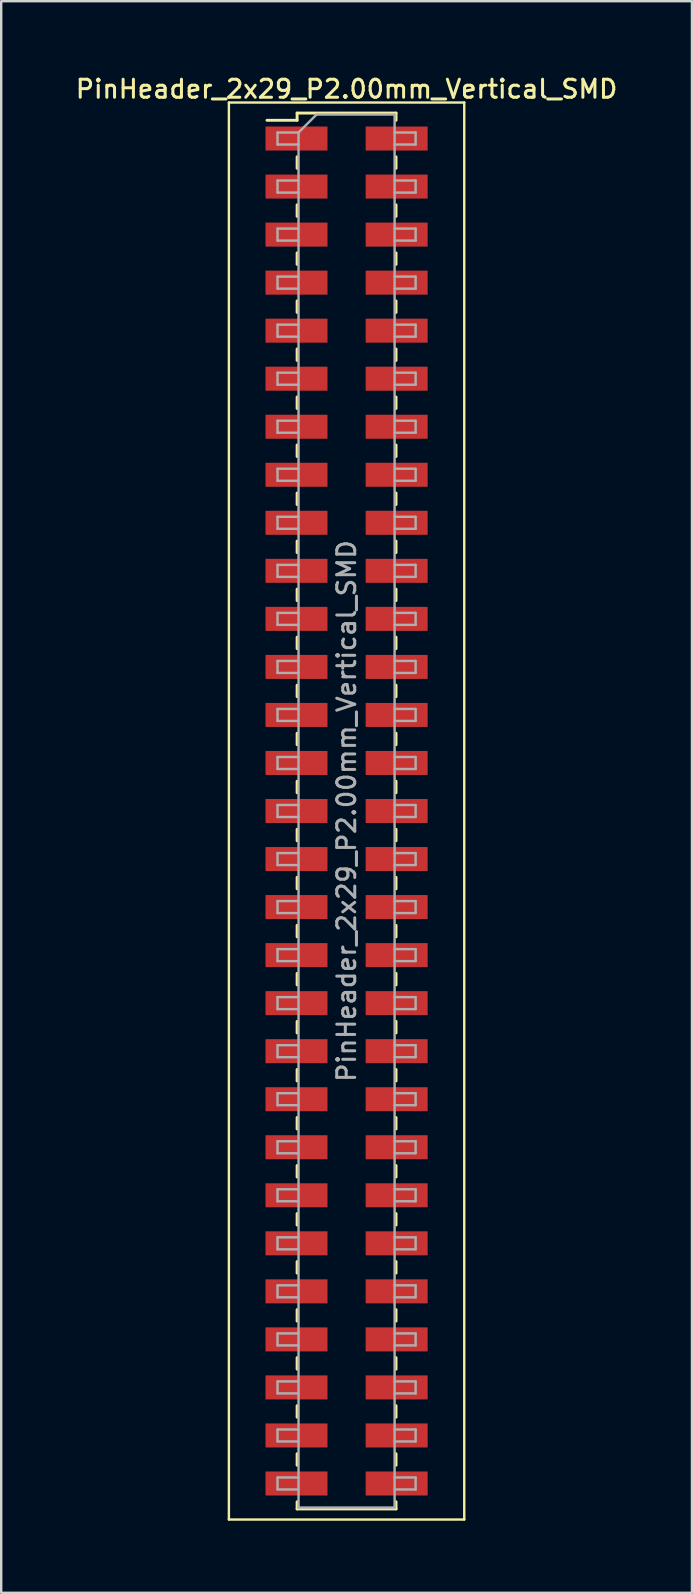
<source format=kicad_pcb>
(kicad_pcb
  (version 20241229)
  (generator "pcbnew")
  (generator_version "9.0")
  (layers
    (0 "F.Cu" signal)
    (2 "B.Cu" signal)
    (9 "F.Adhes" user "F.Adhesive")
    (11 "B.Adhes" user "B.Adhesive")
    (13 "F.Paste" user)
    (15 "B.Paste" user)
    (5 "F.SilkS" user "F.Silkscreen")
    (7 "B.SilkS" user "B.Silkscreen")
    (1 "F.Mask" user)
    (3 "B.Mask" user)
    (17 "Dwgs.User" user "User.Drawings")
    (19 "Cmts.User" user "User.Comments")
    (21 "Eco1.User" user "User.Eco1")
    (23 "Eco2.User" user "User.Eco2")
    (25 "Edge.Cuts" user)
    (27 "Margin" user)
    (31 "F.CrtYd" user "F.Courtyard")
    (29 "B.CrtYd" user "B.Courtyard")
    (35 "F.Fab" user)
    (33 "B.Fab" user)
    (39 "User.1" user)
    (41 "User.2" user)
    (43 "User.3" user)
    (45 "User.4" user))
  (footprint "PinHeader_2x29_P2.00mm_Vertical_SMD"
    (layer "F.Cu")
    (at 11.38 30.718)
    (property "Reference" "PinHeader_2x29_P2.00mm_Vertical_SMD" (at 0 -30.06 0) (layer "F.SilkS") (effects (font (size 0.75 0.75) (thickness 0.125))))
    (attr smd)
    (fp_line (start -4.9 -29.5) (end -4.9 29.5) (stroke (width 0.1) (type solid)) (layer "F.SilkS"))
    (fp_line (start -4.9 29.5) (end 4.9 29.5) (stroke (width 0.1) (type solid)) (layer "F.SilkS"))
    (fp_line (start -3.315 -28.76) (end -2.06 -28.76) (stroke (width 0.12) (type solid)) (layer "F.SilkS"))
    (fp_line (start -2.06 -29.06) (end -2.06 -28.76) (stroke (width 0.12) (type solid)) (layer "F.SilkS"))
    (fp_line (start -2.06 -29.06) (end 2.06 -29.06) (stroke (width 0.12) (type solid)) (layer "F.SilkS"))
    (fp_line (start -2.06 -27.24) (end -2.06 -26.76) (stroke (width 0.12) (type solid)) (layer "F.SilkS"))
    (fp_line (start -2.06 -25.24) (end -2.06 -24.76) (stroke (width 0.12) (type solid)) (layer "F.SilkS"))
    (fp_line (start -2.06 -23.24) (end -2.06 -22.76) (stroke (width 0.12) (type solid)) (layer "F.SilkS"))
    (fp_line (start -2.06 -21.24) (end -2.06 -20.76) (stroke (width 0.12) (type solid)) (layer "F.SilkS"))
    (fp_line (start -2.06 -19.24) (end -2.06 -18.76) (stroke (width 0.12) (type solid)) (layer "F.SilkS"))
    (fp_line (start -2.06 -17.24) (end -2.06 -16.76) (stroke (width 0.12) (type solid)) (layer "F.SilkS"))
    (fp_line (start -2.06 -15.24) (end -2.06 -14.76) (stroke (width 0.12) (type solid)) (layer "F.SilkS"))
    (fp_line (start -2.06 -13.24) (end -2.06 -12.76) (stroke (width 0.12) (type solid)) (layer "F.SilkS"))
    (fp_line (start -2.06 -11.24) (end -2.06 -10.76) (stroke (width 0.12) (type solid)) (layer "F.SilkS"))
    (fp_line (start -2.06 -9.24) (end -2.06 -8.76) (stroke (width 0.12) (type solid)) (layer "F.SilkS"))
    (fp_line (start -2.06 -7.24) (end -2.06 -6.76) (stroke (width 0.12) (type solid)) (layer "F.SilkS"))
    (fp_line (start -2.06 -5.24) (end -2.06 -4.76) (stroke (width 0.12) (type solid)) (layer "F.SilkS"))
    (fp_line (start -2.06 -3.24) (end -2.06 -2.76) (stroke (width 0.12) (type solid)) (layer "F.SilkS"))
    (fp_line (start -2.06 -1.24) (end -2.06 -0.76) (stroke (width 0.12) (type solid)) (layer "F.SilkS"))
    (fp_line (start -2.06 0.76) (end -2.06 1.24) (stroke (width 0.12) (type solid)) (layer "F.SilkS"))
    (fp_line (start -2.06 2.76) (end -2.06 3.24) (stroke (width 0.12) (type solid)) (layer "F.SilkS"))
    (fp_line (start -2.06 4.76) (end -2.06 5.24) (stroke (width 0.12) (type solid)) (layer "F.SilkS"))
    (fp_line (start -2.06 6.76) (end -2.06 7.24) (stroke (width 0.12) (type solid)) (layer "F.SilkS"))
    (fp_line (start -2.06 8.76) (end -2.06 9.24) (stroke (width 0.12) (type solid)) (layer "F.SilkS"))
    (fp_line (start -2.06 10.76) (end -2.06 11.24) (stroke (width 0.12) (type solid)) (layer "F.SilkS"))
    (fp_line (start -2.06 12.76) (end -2.06 13.24) (stroke (width 0.12) (type solid)) (layer "F.SilkS"))
    (fp_line (start -2.06 14.76) (end -2.06 15.24) (stroke (width 0.12) (type solid)) (layer "F.SilkS"))
    (fp_line (start -2.06 16.76) (end -2.06 17.24) (stroke (width 0.12) (type solid)) (layer "F.SilkS"))
    (fp_line (start -2.06 18.76) (end -2.06 19.24) (stroke (width 0.12) (type solid)) (layer "F.SilkS"))
    (fp_line (start -2.06 20.76) (end -2.06 21.24) (stroke (width 0.12) (type solid)) (layer "F.SilkS"))
    (fp_line (start -2.06 22.76) (end -2.06 23.24) (stroke (width 0.12) (type solid)) (layer "F.SilkS"))
    (fp_line (start -2.06 24.76) (end -2.06 25.24) (stroke (width 0.12) (type solid)) (layer "F.SilkS"))
    (fp_line (start -2.06 26.76) (end -2.06 27.24) (stroke (width 0.12) (type solid)) (layer "F.SilkS"))
    (fp_line (start -2.06 28.76) (end -2.06 29.06) (stroke (width 0.12) (type solid)) (layer "F.SilkS"))
    (fp_line (start -2.06 29.06) (end 2.06 29.06) (stroke (width 0.12) (type solid)) (layer "F.SilkS"))
    (fp_line (start 2.06 -29.06) (end 2.06 -28.76) (stroke (width 0.12) (type solid)) (layer "F.SilkS"))
    (fp_line (start 2.06 -27.24) (end 2.06 -26.76) (stroke (width 0.12) (type solid)) (layer "F.SilkS"))
    (fp_line (start 2.06 -25.24) (end 2.06 -24.76) (stroke (width 0.12) (type solid)) (layer "F.SilkS"))
    (fp_line (start 2.06 -23.24) (end 2.06 -22.76) (stroke (width 0.12) (type solid)) (layer "F.SilkS"))
    (fp_line (start 2.06 -21.24) (end 2.06 -20.76) (stroke (width 0.12) (type solid)) (layer "F.SilkS"))
    (fp_line (start 2.06 -19.24) (end 2.06 -18.76) (stroke (width 0.12) (type solid)) (layer "F.SilkS"))
    (fp_line (start 2.06 -17.24) (end 2.06 -16.76) (stroke (width 0.12) (type solid)) (layer "F.SilkS"))
    (fp_line (start 2.06 -15.24) (end 2.06 -14.76) (stroke (width 0.12) (type solid)) (layer "F.SilkS"))
    (fp_line (start 2.06 -13.24) (end 2.06 -12.76) (stroke (width 0.12) (type solid)) (layer "F.SilkS"))
    (fp_line (start 2.06 -11.24) (end 2.06 -10.76) (stroke (width 0.12) (type solid)) (layer "F.SilkS"))
    (fp_line (start 2.06 -9.24) (end 2.06 -8.76) (stroke (width 0.12) (type solid)) (layer "F.SilkS"))
    (fp_line (start 2.06 -7.24) (end 2.06 -6.76) (stroke (width 0.12) (type solid)) (layer "F.SilkS"))
    (fp_line (start 2.06 -5.24) (end 2.06 -4.76) (stroke (width 0.12) (type solid)) (layer "F.SilkS"))
    (fp_line (start 2.06 -3.24) (end 2.06 -2.76) (stroke (width 0.12) (type solid)) (layer "F.SilkS"))
    (fp_line (start 2.06 -1.24) (end 2.06 -0.76) (stroke (width 0.12) (type solid)) (layer "F.SilkS"))
    (fp_line (start 2.06 0.76) (end 2.06 1.24) (stroke (width 0.12) (type solid)) (layer "F.SilkS"))
    (fp_line (start 2.06 2.76) (end 2.06 3.24) (stroke (width 0.12) (type solid)) (layer "F.SilkS"))
    (fp_line (start 2.06 4.76) (end 2.06 5.24) (stroke (width 0.12) (type solid)) (layer "F.SilkS"))
    (fp_line (start 2.06 6.76) (end 2.06 7.24) (stroke (width 0.12) (type solid)) (layer "F.SilkS"))
    (fp_line (start 2.06 8.76) (end 2.06 9.24) (stroke (width 0.12) (type solid)) (layer "F.SilkS"))
    (fp_line (start 2.06 10.76) (end 2.06 11.24) (stroke (width 0.12) (type solid)) (layer "F.SilkS"))
    (fp_line (start 2.06 12.76) (end 2.06 13.24) (stroke (width 0.12) (type solid)) (layer "F.SilkS"))
    (fp_line (start 2.06 14.76) (end 2.06 15.24) (stroke (width 0.12) (type solid)) (layer "F.SilkS"))
    (fp_line (start 2.06 16.76) (end 2.06 17.24) (stroke (width 0.12) (type solid)) (layer "F.SilkS"))
    (fp_line (start 2.06 18.76) (end 2.06 19.24) (stroke (width 0.12) (type solid)) (layer "F.SilkS"))
    (fp_line (start 2.06 20.76) (end 2.06 21.24) (stroke (width 0.12) (type solid)) (layer "F.SilkS"))
    (fp_line (start 2.06 22.76) (end 2.06 23.24) (stroke (width 0.12) (type solid)) (layer "F.SilkS"))
    (fp_line (start 2.06 24.76) (end 2.06 25.24) (stroke (width 0.12) (type solid)) (layer "F.SilkS"))
    (fp_line (start 2.06 26.76) (end 2.06 27.24) (stroke (width 0.12) (type solid)) (layer "F.SilkS"))
    (fp_line (start 2.06 28.76) (end 2.06 29.06) (stroke (width 0.12) (type solid)) (layer "F.SilkS"))
    (fp_line (start 4.9 -29.5) (end -4.9 -29.5) (stroke (width 0.1) (type solid)) (layer "F.SilkS"))
    (fp_line (start 4.9 29.5) (end 4.9 -29.5) (stroke (width 0.1) (type solid)) (layer "F.SilkS"))
    (fp_line (start -2.875 -28.25) (end -2.875 -27.75) (stroke (width 0.1) (type solid)) (layer "F.Fab"))
    (fp_line (start -2.875 -27.75) (end -2 -27.75) (stroke (width 0.1) (type solid)) (layer "F.Fab"))
    (fp_line (start -2.875 -26.25) (end -2.875 -25.75) (stroke (width 0.1) (type solid)) (layer "F.Fab"))
    (fp_line (start -2.875 -25.75) (end -2 -25.75) (stroke (width 0.1) (type solid)) (layer "F.Fab"))
    (fp_line (start -2.875 -24.25) (end -2.875 -23.75) (stroke (width 0.1) (type solid)) (layer "F.Fab"))
    (fp_line (start -2.875 -23.75) (end -2 -23.75) (stroke (width 0.1) (type solid)) (layer "F.Fab"))
    (fp_line (start -2.875 -22.25) (end -2.875 -21.75) (stroke (width 0.1) (type solid)) (layer "F.Fab"))
    (fp_line (start -2.875 -21.75) (end -2 -21.75) (stroke (width 0.1) (type solid)) (layer "F.Fab"))
    (fp_line (start -2.875 -20.25) (end -2.875 -19.75) (stroke (width 0.1) (type solid)) (layer "F.Fab"))
    (fp_line (start -2.875 -19.75) (end -2 -19.75) (stroke (width 0.1) (type solid)) (layer "F.Fab"))
    (fp_line (start -2.875 -18.25) (end -2.875 -17.75) (stroke (width 0.1) (type solid)) (layer "F.Fab"))
    (fp_line (start -2.875 -17.75) (end -2 -17.75) (stroke (width 0.1) (type solid)) (layer "F.Fab"))
    (fp_line (start -2.875 -16.25) (end -2.875 -15.75) (stroke (width 0.1) (type solid)) (layer "F.Fab"))
    (fp_line (start -2.875 -15.75) (end -2 -15.75) (stroke (width 0.1) (type solid)) (layer "F.Fab"))
    (fp_line (start -2.875 -14.25) (end -2.875 -13.75) (stroke (width 0.1) (type solid)) (layer "F.Fab"))
    (fp_line (start -2.875 -13.75) (end -2 -13.75) (stroke (width 0.1) (type solid)) (layer "F.Fab"))
    (fp_line (start -2.875 -12.25) (end -2.875 -11.75) (stroke (width 0.1) (type solid)) (layer "F.Fab"))
    (fp_line (start -2.875 -11.75) (end -2 -11.75) (stroke (width 0.1) (type solid)) (layer "F.Fab"))
    (fp_line (start -2.875 -10.25) (end -2.875 -9.75) (stroke (width 0.1) (type solid)) (layer "F.Fab"))
    (fp_line (start -2.875 -9.75) (end -2 -9.75) (stroke (width 0.1) (type solid)) (layer "F.Fab"))
    (fp_line (start -2.875 -8.25) (end -2.875 -7.75) (stroke (width 0.1) (type solid)) (layer "F.Fab"))
    (fp_line (start -2.875 -7.75) (end -2 -7.75) (stroke (width 0.1) (type solid)) (layer "F.Fab"))
    (fp_line (start -2.875 -6.25) (end -2.875 -5.75) (stroke (width 0.1) (type solid)) (layer "F.Fab"))
    (fp_line (start -2.875 -5.75) (end -2 -5.75) (stroke (width 0.1) (type solid)) (layer "F.Fab"))
    (fp_line (start -2.875 -4.25) (end -2.875 -3.75) (stroke (width 0.1) (type solid)) (layer "F.Fab"))
    (fp_line (start -2.875 -3.75) (end -2 -3.75) (stroke (width 0.1) (type solid)) (layer "F.Fab"))
    (fp_line (start -2.875 -2.25) (end -2.875 -1.75) (stroke (width 0.1) (type solid)) (layer "F.Fab"))
    (fp_line (start -2.875 -1.75) (end -2 -1.75) (stroke (width 0.1) (type solid)) (layer "F.Fab"))
    (fp_line (start -2.875 -0.25) (end -2.875 0.25) (stroke (width 0.1) (type solid)) (layer "F.Fab"))
    (fp_line (start -2.875 0.25) (end -2 0.25) (stroke (width 0.1) (type solid)) (layer "F.Fab"))
    (fp_line (start -2.875 1.75) (end -2.875 2.25) (stroke (width 0.1) (type solid)) (layer "F.Fab"))
    (fp_line (start -2.875 2.25) (end -2 2.25) (stroke (width 0.1) (type solid)) (layer "F.Fab"))
    (fp_line (start -2.875 3.75) (end -2.875 4.25) (stroke (width 0.1) (type solid)) (layer "F.Fab"))
    (fp_line (start -2.875 4.25) (end -2 4.25) (stroke (width 0.1) (type solid)) (layer "F.Fab"))
    (fp_line (start -2.875 5.75) (end -2.875 6.25) (stroke (width 0.1) (type solid)) (layer "F.Fab"))
    (fp_line (start -2.875 6.25) (end -2 6.25) (stroke (width 0.1) (type solid)) (layer "F.Fab"))
    (fp_line (start -2.875 7.75) (end -2.875 8.25) (stroke (width 0.1) (type solid)) (layer "F.Fab"))
    (fp_line (start -2.875 8.25) (end -2 8.25) (stroke (width 0.1) (type solid)) (layer "F.Fab"))
    (fp_line (start -2.875 9.75) (end -2.875 10.25) (stroke (width 0.1) (type solid)) (layer "F.Fab"))
    (fp_line (start -2.875 10.25) (end -2 10.25) (stroke (width 0.1) (type solid)) (layer "F.Fab"))
    (fp_line (start -2.875 11.75) (end -2.875 12.25) (stroke (width 0.1) (type solid)) (layer "F.Fab"))
    (fp_line (start -2.875 12.25) (end -2 12.25) (stroke (width 0.1) (type solid)) (layer "F.Fab"))
    (fp_line (start -2.875 13.75) (end -2.875 14.25) (stroke (width 0.1) (type solid)) (layer "F.Fab"))
    (fp_line (start -2.875 14.25) (end -2 14.25) (stroke (width 0.1) (type solid)) (layer "F.Fab"))
    (fp_line (start -2.875 15.75) (end -2.875 16.25) (stroke (width 0.1) (type solid)) (layer "F.Fab"))
    (fp_line (start -2.875 16.25) (end -2 16.25) (stroke (width 0.1) (type solid)) (layer "F.Fab"))
    (fp_line (start -2.875 17.75) (end -2.875 18.25) (stroke (width 0.1) (type solid)) (layer "F.Fab"))
    (fp_line (start -2.875 18.25) (end -2 18.25) (stroke (width 0.1) (type solid)) (layer "F.Fab"))
    (fp_line (start -2.875 19.75) (end -2.875 20.25) (stroke (width 0.1) (type solid)) (layer "F.Fab"))
    (fp_line (start -2.875 20.25) (end -2 20.25) (stroke (width 0.1) (type solid)) (layer "F.Fab"))
    (fp_line (start -2.875 21.75) (end -2.875 22.25) (stroke (width 0.1) (type solid)) (layer "F.Fab"))
    (fp_line (start -2.875 22.25) (end -2 22.25) (stroke (width 0.1) (type solid)) (layer "F.Fab"))
    (fp_line (start -2.875 23.75) (end -2.875 24.25) (stroke (width 0.1) (type solid)) (layer "F.Fab"))
    (fp_line (start -2.875 24.25) (end -2 24.25) (stroke (width 0.1) (type solid)) (layer "F.Fab"))
    (fp_line (start -2.875 25.75) (end -2.875 26.25) (stroke (width 0.1) (type solid)) (layer "F.Fab"))
    (fp_line (start -2.875 26.25) (end -2 26.25) (stroke (width 0.1) (type solid)) (layer "F.Fab"))
    (fp_line (start -2.875 27.75) (end -2.875 28.25) (stroke (width 0.1) (type solid)) (layer "F.Fab"))
    (fp_line (start -2.875 28.25) (end -2 28.25) (stroke (width 0.1) (type solid)) (layer "F.Fab"))
    (fp_line (start -2 -28.25) (end -2.875 -28.25) (stroke (width 0.1) (type solid)) (layer "F.Fab"))
    (fp_line (start -2 -28.25) (end -1.25 -29) (stroke (width 0.1) (type solid)) (layer "F.Fab"))
    (fp_line (start -2 -26.25) (end -2.875 -26.25) (stroke (width 0.1) (type solid)) (layer "F.Fab"))
    (fp_line (start -2 -24.25) (end -2.875 -24.25) (stroke (width 0.1) (type solid)) (layer "F.Fab"))
    (fp_line (start -2 -22.25) (end -2.875 -22.25) (stroke (width 0.1) (type solid)) (layer "F.Fab"))
    (fp_line (start -2 -20.25) (end -2.875 -20.25) (stroke (width 0.1) (type solid)) (layer "F.Fab"))
    (fp_line (start -2 -18.25) (end -2.875 -18.25) (stroke (width 0.1) (type solid)) (layer "F.Fab"))
    (fp_line (start -2 -16.25) (end -2.875 -16.25) (stroke (width 0.1) (type solid)) (layer "F.Fab"))
    (fp_line (start -2 -14.25) (end -2.875 -14.25) (stroke (width 0.1) (type solid)) (layer "F.Fab"))
    (fp_line (start -2 -12.25) (end -2.875 -12.25) (stroke (width 0.1) (type solid)) (layer "F.Fab"))
    (fp_line (start -2 -10.25) (end -2.875 -10.25) (stroke (width 0.1) (type solid)) (layer "F.Fab"))
    (fp_line (start -2 -8.25) (end -2.875 -8.25) (stroke (width 0.1) (type solid)) (layer "F.Fab"))
    (fp_line (start -2 -6.25) (end -2.875 -6.25) (stroke (width 0.1) (type solid)) (layer "F.Fab"))
    (fp_line (start -2 -4.25) (end -2.875 -4.25) (stroke (width 0.1) (type solid)) (layer "F.Fab"))
    (fp_line (start -2 -2.25) (end -2.875 -2.25) (stroke (width 0.1) (type solid)) (layer "F.Fab"))
    (fp_line (start -2 -0.25) (end -2.875 -0.25) (stroke (width 0.1) (type solid)) (layer "F.Fab"))
    (fp_line (start -2 1.75) (end -2.875 1.75) (stroke (width 0.1) (type solid)) (layer "F.Fab"))
    (fp_line (start -2 3.75) (end -2.875 3.75) (stroke (width 0.1) (type solid)) (layer "F.Fab"))
    (fp_line (start -2 5.75) (end -2.875 5.75) (stroke (width 0.1) (type solid)) (layer "F.Fab"))
    (fp_line (start -2 7.75) (end -2.875 7.75) (stroke (width 0.1) (type solid)) (layer "F.Fab"))
    (fp_line (start -2 9.75) (end -2.875 9.75) (stroke (width 0.1) (type solid)) (layer "F.Fab"))
    (fp_line (start -2 11.75) (end -2.875 11.75) (stroke (width 0.1) (type solid)) (layer "F.Fab"))
    (fp_line (start -2 13.75) (end -2.875 13.75) (stroke (width 0.1) (type solid)) (layer "F.Fab"))
    (fp_line (start -2 15.75) (end -2.875 15.75) (stroke (width 0.1) (type solid)) (layer "F.Fab"))
    (fp_line (start -2 17.75) (end -2.875 17.75) (stroke (width 0.1) (type solid)) (layer "F.Fab"))
    (fp_line (start -2 19.75) (end -2.875 19.75) (stroke (width 0.1) (type solid)) (layer "F.Fab"))
    (fp_line (start -2 21.75) (end -2.875 21.75) (stroke (width 0.1) (type solid)) (layer "F.Fab"))
    (fp_line (start -2 23.75) (end -2.875 23.75) (stroke (width 0.1) (type solid)) (layer "F.Fab"))
    (fp_line (start -2 25.75) (end -2.875 25.75) (stroke (width 0.1) (type solid)) (layer "F.Fab"))
    (fp_line (start -2 27.75) (end -2.875 27.75) (stroke (width 0.1) (type solid)) (layer "F.Fab"))
    (fp_line (start -2 29) (end -2 -28.25) (stroke (width 0.1) (type solid)) (layer "F.Fab"))
    (fp_line (start -1.25 -29) (end 2 -29) (stroke (width 0.1) (type solid)) (layer "F.Fab"))
    (fp_line (start 2 -29) (end 2 29) (stroke (width 0.1) (type solid)) (layer "F.Fab"))
    (fp_line (start 2 -28.25) (end 2.875 -28.25) (stroke (width 0.1) (type solid)) (layer "F.Fab"))
    (fp_line (start 2 -26.25) (end 2.875 -26.25) (stroke (width 0.1) (type solid)) (layer "F.Fab"))
    (fp_line (start 2 -24.25) (end 2.875 -24.25) (stroke (width 0.1) (type solid)) (layer "F.Fab"))
    (fp_line (start 2 -22.25) (end 2.875 -22.25) (stroke (width 0.1) (type solid)) (layer "F.Fab"))
    (fp_line (start 2 -20.25) (end 2.875 -20.25) (stroke (width 0.1) (type solid)) (layer "F.Fab"))
    (fp_line (start 2 -18.25) (end 2.875 -18.25) (stroke (width 0.1) (type solid)) (layer "F.Fab"))
    (fp_line (start 2 -16.25) (end 2.875 -16.25) (stroke (width 0.1) (type solid)) (layer "F.Fab"))
    (fp_line (start 2 -14.25) (end 2.875 -14.25) (stroke (width 0.1) (type solid)) (layer "F.Fab"))
    (fp_line (start 2 -12.25) (end 2.875 -12.25) (stroke (width 0.1) (type solid)) (layer "F.Fab"))
    (fp_line (start 2 -10.25) (end 2.875 -10.25) (stroke (width 0.1) (type solid)) (layer "F.Fab"))
    (fp_line (start 2 -8.25) (end 2.875 -8.25) (stroke (width 0.1) (type solid)) (layer "F.Fab"))
    (fp_line (start 2 -6.25) (end 2.875 -6.25) (stroke (width 0.1) (type solid)) (layer "F.Fab"))
    (fp_line (start 2 -4.25) (end 2.875 -4.25) (stroke (width 0.1) (type solid)) (layer "F.Fab"))
    (fp_line (start 2 -2.25) (end 2.875 -2.25) (stroke (width 0.1) (type solid)) (layer "F.Fab"))
    (fp_line (start 2 -0.25) (end 2.875 -0.25) (stroke (width 0.1) (type solid)) (layer "F.Fab"))
    (fp_line (start 2 1.75) (end 2.875 1.75) (stroke (width 0.1) (type solid)) (layer "F.Fab"))
    (fp_line (start 2 3.75) (end 2.875 3.75) (stroke (width 0.1) (type solid)) (layer "F.Fab"))
    (fp_line (start 2 5.75) (end 2.875 5.75) (stroke (width 0.1) (type solid)) (layer "F.Fab"))
    (fp_line (start 2 7.75) (end 2.875 7.75) (stroke (width 0.1) (type solid)) (layer "F.Fab"))
    (fp_line (start 2 9.75) (end 2.875 9.75) (stroke (width 0.1) (type solid)) (layer "F.Fab"))
    (fp_line (start 2 11.75) (end 2.875 11.75) (stroke (width 0.1) (type solid)) (layer "F.Fab"))
    (fp_line (start 2 13.75) (end 2.875 13.75) (stroke (width 0.1) (type solid)) (layer "F.Fab"))
    (fp_line (start 2 15.75) (end 2.875 15.75) (stroke (width 0.1) (type solid)) (layer "F.Fab"))
    (fp_line (start 2 17.75) (end 2.875 17.75) (stroke (width 0.1) (type solid)) (layer "F.Fab"))
    (fp_line (start 2 19.75) (end 2.875 19.75) (stroke (width 0.1) (type solid)) (layer "F.Fab"))
    (fp_line (start 2 21.75) (end 2.875 21.75) (stroke (width 0.1) (type solid)) (layer "F.Fab"))
    (fp_line (start 2 23.75) (end 2.875 23.75) (stroke (width 0.1) (type solid)) (layer "F.Fab"))
    (fp_line (start 2 25.75) (end 2.875 25.75) (stroke (width 0.1) (type solid)) (layer "F.Fab"))
    (fp_line (start 2 27.75) (end 2.875 27.75) (stroke (width 0.1) (type solid)) (layer "F.Fab"))
    (fp_line (start 2 29) (end -2 29) (stroke (width 0.1) (type solid)) (layer "F.Fab"))
    (fp_line (start 2.875 -28.25) (end 2.875 -27.75) (stroke (width 0.1) (type solid)) (layer "F.Fab"))
    (fp_line (start 2.875 -27.75) (end 2 -27.75) (stroke (width 0.1) (type solid)) (layer "F.Fab"))
    (fp_line (start 2.875 -26.25) (end 2.875 -25.75) (stroke (width 0.1) (type solid)) (layer "F.Fab"))
    (fp_line (start 2.875 -25.75) (end 2 -25.75) (stroke (width 0.1) (type solid)) (layer "F.Fab"))
    (fp_line (start 2.875 -24.25) (end 2.875 -23.75) (stroke (width 0.1) (type solid)) (layer "F.Fab"))
    (fp_line (start 2.875 -23.75) (end 2 -23.75) (stroke (width 0.1) (type solid)) (layer "F.Fab"))
    (fp_line (start 2.875 -22.25) (end 2.875 -21.75) (stroke (width 0.1) (type solid)) (layer "F.Fab"))
    (fp_line (start 2.875 -21.75) (end 2 -21.75) (stroke (width 0.1) (type solid)) (layer "F.Fab"))
    (fp_line (start 2.875 -20.25) (end 2.875 -19.75) (stroke (width 0.1) (type solid)) (layer "F.Fab"))
    (fp_line (start 2.875 -19.75) (end 2 -19.75) (stroke (width 0.1) (type solid)) (layer "F.Fab"))
    (fp_line (start 2.875 -18.25) (end 2.875 -17.75) (stroke (width 0.1) (type solid)) (layer "F.Fab"))
    (fp_line (start 2.875 -17.75) (end 2 -17.75) (stroke (width 0.1) (type solid)) (layer "F.Fab"))
    (fp_line (start 2.875 -16.25) (end 2.875 -15.75) (stroke (width 0.1) (type solid)) (layer "F.Fab"))
    (fp_line (start 2.875 -15.75) (end 2 -15.75) (stroke (width 0.1) (type solid)) (layer "F.Fab"))
    (fp_line (start 2.875 -14.25) (end 2.875 -13.75) (stroke (width 0.1) (type solid)) (layer "F.Fab"))
    (fp_line (start 2.875 -13.75) (end 2 -13.75) (stroke (width 0.1) (type solid)) (layer "F.Fab"))
    (fp_line (start 2.875 -12.25) (end 2.875 -11.75) (stroke (width 0.1) (type solid)) (layer "F.Fab"))
    (fp_line (start 2.875 -11.75) (end 2 -11.75) (stroke (width 0.1) (type solid)) (layer "F.Fab"))
    (fp_line (start 2.875 -10.25) (end 2.875 -9.75) (stroke (width 0.1) (type solid)) (layer "F.Fab"))
    (fp_line (start 2.875 -9.75) (end 2 -9.75) (stroke (width 0.1) (type solid)) (layer "F.Fab"))
    (fp_line (start 2.875 -8.25) (end 2.875 -7.75) (stroke (width 0.1) (type solid)) (layer "F.Fab"))
    (fp_line (start 2.875 -7.75) (end 2 -7.75) (stroke (width 0.1) (type solid)) (layer "F.Fab"))
    (fp_line (start 2.875 -6.25) (end 2.875 -5.75) (stroke (width 0.1) (type solid)) (layer "F.Fab"))
    (fp_line (start 2.875 -5.75) (end 2 -5.75) (stroke (width 0.1) (type solid)) (layer "F.Fab"))
    (fp_line (start 2.875 -4.25) (end 2.875 -3.75) (stroke (width 0.1) (type solid)) (layer "F.Fab"))
    (fp_line (start 2.875 -3.75) (end 2 -3.75) (stroke (width 0.1) (type solid)) (layer "F.Fab"))
    (fp_line (start 2.875 -2.25) (end 2.875 -1.75) (stroke (width 0.1) (type solid)) (layer "F.Fab"))
    (fp_line (start 2.875 -1.75) (end 2 -1.75) (stroke (width 0.1) (type solid)) (layer "F.Fab"))
    (fp_line (start 2.875 -0.25) (end 2.875 0.25) (stroke (width 0.1) (type solid)) (layer "F.Fab"))
    (fp_line (start 2.875 0.25) (end 2 0.25) (stroke (width 0.1) (type solid)) (layer "F.Fab"))
    (fp_line (start 2.875 1.75) (end 2.875 2.25) (stroke (width 0.1) (type solid)) (layer "F.Fab"))
    (fp_line (start 2.875 2.25) (end 2 2.25) (stroke (width 0.1) (type solid)) (layer "F.Fab"))
    (fp_line (start 2.875 3.75) (end 2.875 4.25) (stroke (width 0.1) (type solid)) (layer "F.Fab"))
    (fp_line (start 2.875 4.25) (end 2 4.25) (stroke (width 0.1) (type solid)) (layer "F.Fab"))
    (fp_line (start 2.875 5.75) (end 2.875 6.25) (stroke (width 0.1) (type solid)) (layer "F.Fab"))
    (fp_line (start 2.875 6.25) (end 2 6.25) (stroke (width 0.1) (type solid)) (layer "F.Fab"))
    (fp_line (start 2.875 7.75) (end 2.875 8.25) (stroke (width 0.1) (type solid)) (layer "F.Fab"))
    (fp_line (start 2.875 8.25) (end 2 8.25) (stroke (width 0.1) (type solid)) (layer "F.Fab"))
    (fp_line (start 2.875 9.75) (end 2.875 10.25) (stroke (width 0.1) (type solid)) (layer "F.Fab"))
    (fp_line (start 2.875 10.25) (end 2 10.25) (stroke (width 0.1) (type solid)) (layer "F.Fab"))
    (fp_line (start 2.875 11.75) (end 2.875 12.25) (stroke (width 0.1) (type solid)) (layer "F.Fab"))
    (fp_line (start 2.875 12.25) (end 2 12.25) (stroke (width 0.1) (type solid)) (layer "F.Fab"))
    (fp_line (start 2.875 13.75) (end 2.875 14.25) (stroke (width 0.1) (type solid)) (layer "F.Fab"))
    (fp_line (start 2.875 14.25) (end 2 14.25) (stroke (width 0.1) (type solid)) (layer "F.Fab"))
    (fp_line (start 2.875 15.75) (end 2.875 16.25) (stroke (width 0.1) (type solid)) (layer "F.Fab"))
    (fp_line (start 2.875 16.25) (end 2 16.25) (stroke (width 0.1) (type solid)) (layer "F.Fab"))
    (fp_line (start 2.875 17.75) (end 2.875 18.25) (stroke (width 0.1) (type solid)) (layer "F.Fab"))
    (fp_line (start 2.875 18.25) (end 2 18.25) (stroke (width 0.1) (type solid)) (layer "F.Fab"))
    (fp_line (start 2.875 19.75) (end 2.875 20.25) (stroke (width 0.1) (type solid)) (layer "F.Fab"))
    (fp_line (start 2.875 20.25) (end 2 20.25) (stroke (width 0.1) (type solid)) (layer "F.Fab"))
    (fp_line (start 2.875 21.75) (end 2.875 22.25) (stroke (width 0.1) (type solid)) (layer "F.Fab"))
    (fp_line (start 2.875 22.25) (end 2 22.25) (stroke (width 0.1) (type solid)) (layer "F.Fab"))
    (fp_line (start 2.875 23.75) (end 2.875 24.25) (stroke (width 0.1) (type solid)) (layer "F.Fab"))
    (fp_line (start 2.875 24.25) (end 2 24.25) (stroke (width 0.1) (type solid)) (layer "F.Fab"))
    (fp_line (start 2.875 25.75) (end 2.875 26.25) (stroke (width 0.1) (type solid)) (layer "F.Fab"))
    (fp_line (start 2.875 26.25) (end 2 26.25) (stroke (width 0.1) (type solid)) (layer "F.Fab"))
    (fp_line (start 2.875 27.75) (end 2.875 28.25) (stroke (width 0.1) (type solid)) (layer "F.Fab"))
    (fp_line (start 2.875 28.25) (end 2 28.25) (stroke (width 0.1) (type solid)) (layer "F.Fab"))
    (fp_text user "${REFERENCE}" (at 0 0 90) (layer "F.Fab") (effects (font (size 0.75 0.75) (thickness 0.125))))
    (pad "1" smd rect (at -2.085 -28) (size 2.58 1) (layers "F.Cu" "F.Mask" "F.Paste"))
    (pad "2" smd rect (at 2.085 -28) (size 2.58 1) (layers "F.Cu" "F.Mask" "F.Paste"))
    (pad "3" smd rect (at -2.085 -26) (size 2.58 1) (layers "F.Cu" "F.Mask" "F.Paste"))
    (pad "4" smd rect (at 2.085 -26) (size 2.58 1) (layers "F.Cu" "F.Mask" "F.Paste"))
    (pad "5" smd rect (at -2.085 -24) (size 2.58 1) (layers "F.Cu" "F.Mask" "F.Paste"))
    (pad "6" smd rect (at 2.085 -24) (size 2.58 1) (layers "F.Cu" "F.Mask" "F.Paste"))
    (pad "7" smd rect (at -2.085 -22) (size 2.58 1) (layers "F.Cu" "F.Mask" "F.Paste"))
    (pad "8" smd rect (at 2.085 -22) (size 2.58 1) (layers "F.Cu" "F.Mask" "F.Paste"))
    (pad "9" smd rect (at -2.085 -20) (size 2.58 1) (layers "F.Cu" "F.Mask" "F.Paste"))
    (pad "10" smd rect (at 2.085 -20) (size 2.58 1) (layers "F.Cu" "F.Mask" "F.Paste"))
    (pad "11" smd rect (at -2.085 -18) (size 2.58 1) (layers "F.Cu" "F.Mask" "F.Paste"))
    (pad "12" smd rect (at 2.085 -18) (size 2.58 1) (layers "F.Cu" "F.Mask" "F.Paste"))
    (pad "13" smd rect (at -2.085 -16) (size 2.58 1) (layers "F.Cu" "F.Mask" "F.Paste"))
    (pad "14" smd rect (at 2.085 -16) (size 2.58 1) (layers "F.Cu" "F.Mask" "F.Paste"))
    (pad "15" smd rect (at -2.085 -14) (size 2.58 1) (layers "F.Cu" "F.Mask" "F.Paste"))
    (pad "16" smd rect (at 2.085 -14) (size 2.58 1) (layers "F.Cu" "F.Mask" "F.Paste"))
    (pad "17" smd rect (at -2.085 -12) (size 2.58 1) (layers "F.Cu" "F.Mask" "F.Paste"))
    (pad "18" smd rect (at 2.085 -12) (size 2.58 1) (layers "F.Cu" "F.Mask" "F.Paste"))
    (pad "19" smd rect (at -2.085 -10) (size 2.58 1) (layers "F.Cu" "F.Mask" "F.Paste"))
    (pad "20" smd rect (at 2.085 -10) (size 2.58 1) (layers "F.Cu" "F.Mask" "F.Paste"))
    (pad "21" smd rect (at -2.085 -8) (size 2.58 1) (layers "F.Cu" "F.Mask" "F.Paste"))
    (pad "22" smd rect (at 2.085 -8) (size 2.58 1) (layers "F.Cu" "F.Mask" "F.Paste"))
    (pad "23" smd rect (at -2.085 -6) (size 2.58 1) (layers "F.Cu" "F.Mask" "F.Paste"))
    (pad "24" smd rect (at 2.085 -6) (size 2.58 1) (layers "F.Cu" "F.Mask" "F.Paste"))
    (pad "25" smd rect (at -2.085 -4) (size 2.58 1) (layers "F.Cu" "F.Mask" "F.Paste"))
    (pad "26" smd rect (at 2.085 -4) (size 2.58 1) (layers "F.Cu" "F.Mask" "F.Paste"))
    (pad "27" smd rect (at -2.085 -2) (size 2.58 1) (layers "F.Cu" "F.Mask" "F.Paste"))
    (pad "28" smd rect (at 2.085 -2) (size 2.58 1) (layers "F.Cu" "F.Mask" "F.Paste"))
    (pad "29" smd rect (at -2.085 0) (size 2.58 1) (layers "F.Cu" "F.Mask" "F.Paste"))
    (pad "30" smd rect (at 2.085 0) (size 2.58 1) (layers "F.Cu" "F.Mask" "F.Paste"))
    (pad "31" smd rect (at -2.085 2) (size 2.58 1) (layers "F.Cu" "F.Mask" "F.Paste"))
    (pad "32" smd rect (at 2.085 2) (size 2.58 1) (layers "F.Cu" "F.Mask" "F.Paste"))
    (pad "33" smd rect (at -2.085 4) (size 2.58 1) (layers "F.Cu" "F.Mask" "F.Paste"))
    (pad "34" smd rect (at 2.085 4) (size 2.58 1) (layers "F.Cu" "F.Mask" "F.Paste"))
    (pad "35" smd rect (at -2.085 6) (size 2.58 1) (layers "F.Cu" "F.Mask" "F.Paste"))
    (pad "36" smd rect (at 2.085 6) (size 2.58 1) (layers "F.Cu" "F.Mask" "F.Paste"))
    (pad "37" smd rect (at -2.085 8) (size 2.58 1) (layers "F.Cu" "F.Mask" "F.Paste"))
    (pad "38" smd rect (at 2.085 8) (size 2.58 1) (layers "F.Cu" "F.Mask" "F.Paste"))
    (pad "39" smd rect (at -2.085 10) (size 2.58 1) (layers "F.Cu" "F.Mask" "F.Paste"))
    (pad "40" smd rect (at 2.085 10) (size 2.58 1) (layers "F.Cu" "F.Mask" "F.Paste"))
    (pad "41" smd rect (at -2.085 12) (size 2.58 1) (layers "F.Cu" "F.Mask" "F.Paste"))
    (pad "42" smd rect (at 2.085 12) (size 2.58 1) (layers "F.Cu" "F.Mask" "F.Paste"))
    (pad "43" smd rect (at -2.085 14) (size 2.58 1) (layers "F.Cu" "F.Mask" "F.Paste"))
    (pad "44" smd rect (at 2.085 14) (size 2.58 1) (layers "F.Cu" "F.Mask" "F.Paste"))
    (pad "45" smd rect (at -2.085 16) (size 2.58 1) (layers "F.Cu" "F.Mask" "F.Paste"))
    (pad "46" smd rect (at 2.085 16) (size 2.58 1) (layers "F.Cu" "F.Mask" "F.Paste"))
    (pad "47" smd rect (at -2.085 18) (size 2.58 1) (layers "F.Cu" "F.Mask" "F.Paste"))
    (pad "48" smd rect (at 2.085 18) (size 2.58 1) (layers "F.Cu" "F.Mask" "F.Paste"))
    (pad "49" smd rect (at -2.085 20) (size 2.58 1) (layers "F.Cu" "F.Mask" "F.Paste"))
    (pad "50" smd rect (at 2.085 20) (size 2.58 1) (layers "F.Cu" "F.Mask" "F.Paste"))
    (pad "51" smd rect (at -2.085 22) (size 2.58 1) (layers "F.Cu" "F.Mask" "F.Paste"))
    (pad "52" smd rect (at 2.085 22) (size 2.58 1) (layers "F.Cu" "F.Mask" "F.Paste"))
    (pad "53" smd rect (at -2.085 24) (size 2.58 1) (layers "F.Cu" "F.Mask" "F.Paste"))
    (pad "54" smd rect (at 2.085 24) (size 2.58 1) (layers "F.Cu" "F.Mask" "F.Paste"))
    (pad "55" smd rect (at -2.085 26) (size 2.58 1) (layers "F.Cu" "F.Mask" "F.Paste"))
    (pad "56" smd rect (at 2.085 26) (size 2.58 1) (layers "F.Cu" "F.Mask" "F.Paste"))
    (pad "57" smd rect (at -2.085 28) (size 2.58 1) (layers "F.Cu" "F.Mask" "F.Paste"))
    (pad "58" smd rect (at 2.085 28) (size 2.58 1) (layers "F.Cu" "F.Mask" "F.Paste")))
  (gr_rect
    (start -3 -3)
    (end 25.761 63.268)
    (stroke (width 0.1) (type default))
    (fill no)
    (layer "Edge.Cuts")))
</source>
